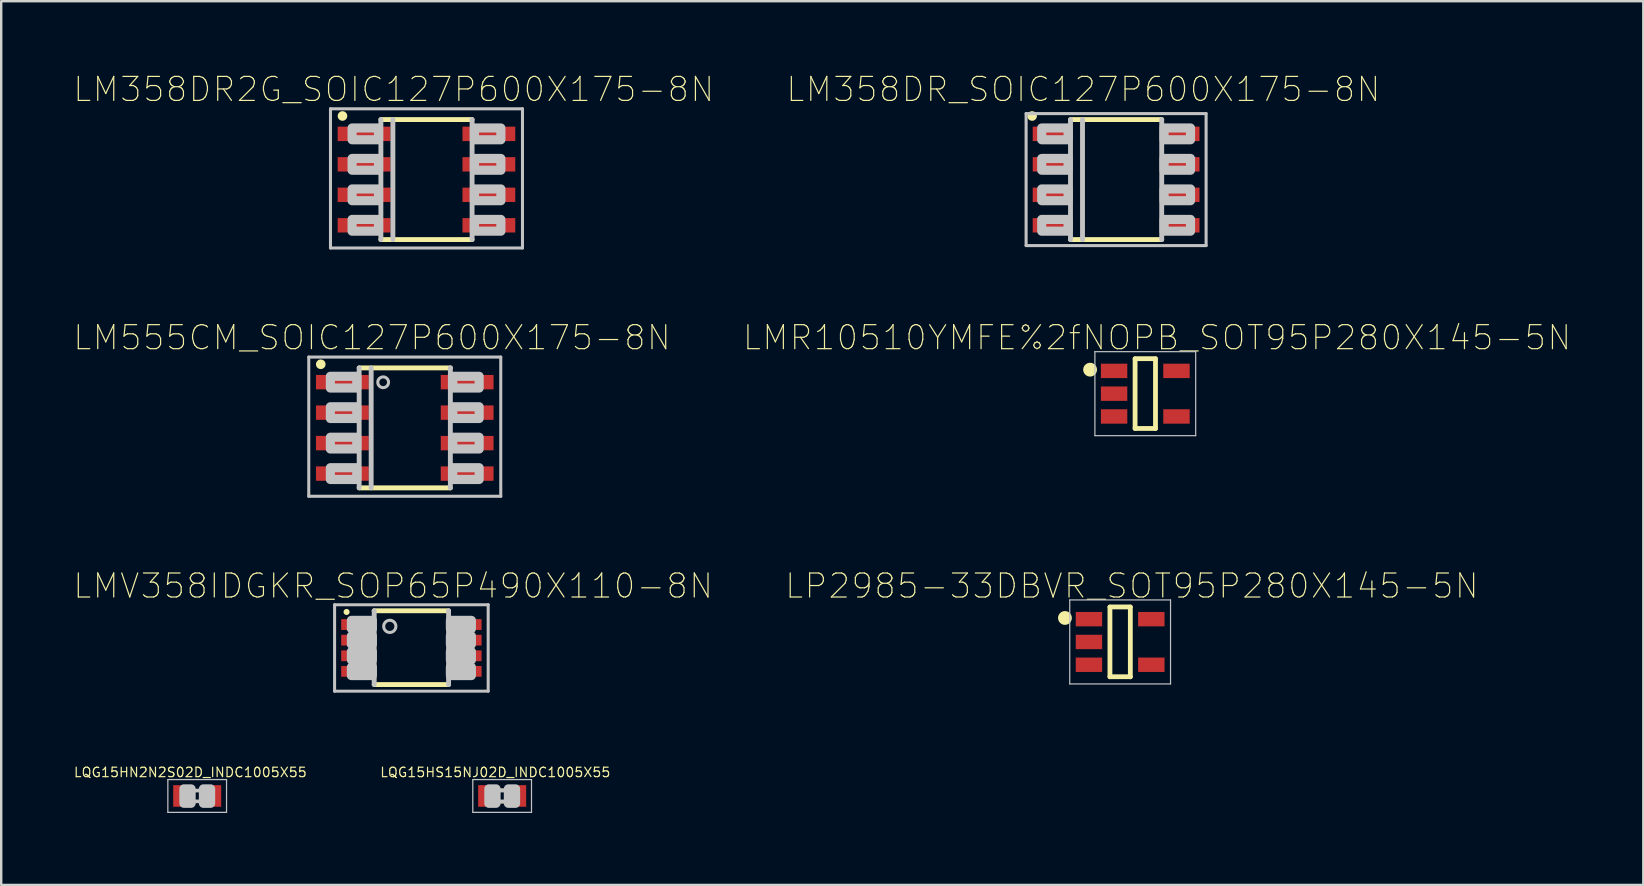
<source format=kicad_pcb>
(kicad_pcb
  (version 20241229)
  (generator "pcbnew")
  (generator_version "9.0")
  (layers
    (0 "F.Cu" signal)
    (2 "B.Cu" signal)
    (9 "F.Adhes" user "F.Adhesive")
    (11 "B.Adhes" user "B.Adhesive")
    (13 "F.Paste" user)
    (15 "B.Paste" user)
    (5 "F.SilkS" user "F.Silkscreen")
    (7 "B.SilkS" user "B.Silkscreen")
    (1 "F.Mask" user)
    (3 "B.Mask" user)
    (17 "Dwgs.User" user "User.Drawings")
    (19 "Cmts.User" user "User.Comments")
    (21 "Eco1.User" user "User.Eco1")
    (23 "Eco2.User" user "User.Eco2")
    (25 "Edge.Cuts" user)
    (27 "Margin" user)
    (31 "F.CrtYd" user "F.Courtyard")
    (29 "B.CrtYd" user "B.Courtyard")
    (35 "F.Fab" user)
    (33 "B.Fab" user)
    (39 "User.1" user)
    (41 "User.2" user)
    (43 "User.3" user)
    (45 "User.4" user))
  (footprint "LM555CM_SOIC127P600X175-8N"
    (layer "F.Cu")
    (at 13.816 14.779)
    (property "Reference" "LM555CM_SOIC127P600X175-8N" (at -1.365 -3.76 0) (layer "F.SilkS") (effects (font (size 1 1) (thickness 0.05))))
    (attr smd)
    (fp_line (start -1.9 -2.5) (end 1.9 -2.5) (stroke (width 0.203) (type solid)) (layer "F.SilkS"))
    (fp_line (start 1.9 2.5) (end -1.9 2.5) (stroke (width 0.203) (type solid)) (layer "F.SilkS"))
    (fp_circle (center -3.5 -2.65) (end -3.3 -2.65) (stroke (width 0) (type solid)) (fill yes) (layer "F.SilkS"))
    (fp_line (start -4 -2.95) (end 4 -2.95) (stroke (width 0.127) (type solid)) (layer "Dwgs.User"))
    (fp_line (start -4 2.85) (end -4 -2.95) (stroke (width 0.127) (type solid)) (layer "Dwgs.User"))
    (fp_line (start -1.9 2.5) (end -1.9 -2.5) (stroke (width 0.203) (type solid)) (layer "Dwgs.User"))
    (fp_line (start -1.4 2.5) (end -1.4 -2.5) (stroke (width 0.203) (type solid)) (layer "Dwgs.User"))
    (fp_line (start 1.9 -2.5) (end 1.9 2.5) (stroke (width 0.203) (type solid)) (layer "Dwgs.User"))
    (fp_line (start 4 -2.95) (end 4 2.85) (stroke (width 0.127) (type solid)) (layer "Dwgs.User"))
    (fp_line (start 4 2.85) (end -4 2.85) (stroke (width 0.127) (type solid)) (layer "Dwgs.User"))
    (fp_circle (center -0.9 -1.9) (end -0.676 -1.9) (stroke (width 0.127) (type solid)) (fill no) (layer "Dwgs.User"))
    (fp_poly (pts (xy -2 -2.15) (xy -2 -1.66) (xy -3.1 -1.66) (xy -3.1 -2.15)) (stroke (width 0.381) (type solid)) (fill no) (layer "Dwgs.User"))
    (fp_poly (pts (xy -2 -0.88) (xy -2 -0.39) (xy -3.1 -0.39) (xy -3.1 -0.88)) (stroke (width 0.381) (type solid)) (fill no) (layer "Dwgs.User"))
    (fp_poly (pts (xy -2 0.39) (xy -2 0.88) (xy -3.1 0.88) (xy -3.1 0.39)) (stroke (width 0.381) (type solid)) (fill no) (layer "Dwgs.User"))
    (fp_poly (pts (xy -2 1.66) (xy -2 2.15) (xy -3.1 2.15) (xy -3.1 1.66)) (stroke (width 0.381) (type solid)) (fill no) (layer "Dwgs.User"))
    (fp_poly (pts (xy 3.1 -2.15) (xy 3.1 -1.66) (xy 2 -1.66) (xy 2 -2.15)) (stroke (width 0.381) (type solid)) (fill no) (layer "Dwgs.User"))
    (fp_poly (pts (xy 3.1 -0.88) (xy 3.1 -0.39) (xy 2 -0.39) (xy 2 -0.88)) (stroke (width 0.381) (type solid)) (fill no) (layer "Dwgs.User"))
    (fp_poly (pts (xy 3.1 0.39) (xy 3.1 0.88) (xy 2 0.88) (xy 2 0.39)) (stroke (width 0.381) (type solid)) (fill no) (layer "Dwgs.User"))
    (fp_poly (pts (xy 3.1 1.66) (xy 3.1 2.15) (xy 2 2.15) (xy 2 1.66)) (stroke (width 0.381) (type solid)) (fill no) (layer "Dwgs.User"))
    (pad "1" smd rect (at -2.6 -1.905 270) (size 0.6 2.2) (layers "F.Cu" "F.Mask" "F.Paste"))
    (pad "2" smd rect (at -2.6 -0.635 270) (size 0.6 2.2) (layers "F.Cu" "F.Mask" "F.Paste"))
    (pad "3" smd rect (at -2.6 0.635 270) (size 0.6 2.2) (layers "F.Cu" "F.Mask" "F.Paste"))
    (pad "4" smd rect (at -2.6 1.905 270) (size 0.6 2.2) (layers "F.Cu" "F.Mask" "F.Paste"))
    (pad "5" smd rect (at 2.6 1.905 270) (size 0.6 2.2) (layers "F.Cu" "F.Mask" "F.Paste"))
    (pad "6" smd rect (at 2.6 0.635 270) (size 0.6 2.2) (layers "F.Cu" "F.Mask" "F.Paste"))
    (pad "7" smd rect (at 2.6 -0.635 270) (size 0.6 2.2) (layers "F.Cu" "F.Mask" "F.Paste"))
    (pad "8" smd rect (at 2.6 -1.905 270) (size 0.6 2.2) (layers "F.Cu" "F.Mask" "F.Paste")))
  (footprint "LMV358IDGKR_SOP65P490X110-8N"
    (layer "F.Cu")
    (at 14.092 23.95)
    (property "Reference" "LMV358IDGKR_SOP65P490X110-8N" (at -0.76 -2.585 0) (layer "F.SilkS") (effects (font (size 1 1) (thickness 0.05))))
    (attr smd)
    (fp_poly (pts (xy -1.425 -0.7) (xy -2.975 -0.7) (xy -2.975 -1.25) (xy -1.425 -1.25)) (stroke (width 0.381) (type solid)) (fill yes) (layer "F.Mask"))
    (fp_poly (pts (xy -1.425 -0.05) (xy -2.975 -0.05) (xy -2.975 -0.6) (xy -1.425 -0.6)) (stroke (width 0.381) (type solid)) (fill yes) (layer "F.Mask"))
    (fp_poly (pts (xy -1.425 0.6) (xy -2.975 0.6) (xy -2.975 0.05) (xy -1.425 0.05)) (stroke (width 0.381) (type solid)) (fill yes) (layer "F.Mask"))
    (fp_poly (pts (xy -1.425 1.25) (xy -2.975 1.25) (xy -2.975 0.7) (xy -1.425 0.7)) (stroke (width 0.381) (type solid)) (fill yes) (layer "F.Mask"))
    (fp_poly (pts (xy 1.425 -1.25) (xy 2.975 -1.25) (xy 2.975 -0.7) (xy 1.425 -0.7)) (stroke (width 0.381) (type solid)) (fill yes) (layer "F.Mask"))
    (fp_poly (pts (xy 1.425 -0.6) (xy 2.975 -0.6) (xy 2.975 -0.05) (xy 1.425 -0.05)) (stroke (width 0.381) (type solid)) (fill yes) (layer "F.Mask"))
    (fp_poly (pts (xy 1.425 0.05) (xy 2.975 0.05) (xy 2.975 0.6) (xy 1.425 0.6)) (stroke (width 0.381) (type solid)) (fill yes) (layer "F.Mask"))
    (fp_poly (pts (xy 1.425 0.7) (xy 2.975 0.7) (xy 2.975 1.25) (xy 1.425 1.25)) (stroke (width 0.381) (type solid)) (fill yes) (layer "F.Mask"))
    (fp_line (start -1.55 -1.55) (end 1.55 -1.55) (stroke (width 0.203) (type solid)) (layer "F.SilkS"))
    (fp_line (start 1.55 1.525) (end -1.55 1.525) (stroke (width 0.203) (type solid)) (layer "F.SilkS"))
    (fp_circle (center -2.7 -1.5) (end -2.573 -1.5) (stroke (width 0) (type solid)) (fill yes) (layer "F.SilkS"))
    (fp_line (start -3.2 -1.8) (end -3.2 1.8) (stroke (width 0.127) (type solid)) (layer "Dwgs.User"))
    (fp_line (start -3.2 1.8) (end 3.2 1.8) (stroke (width 0.127) (type solid)) (layer "Dwgs.User"))
    (fp_line (start -1.55 1.525) (end -1.55 -1.55) (stroke (width 0.203) (type solid)) (layer "Dwgs.User"))
    (fp_line (start 1.55 -1.55) (end 1.55 1.525) (stroke (width 0.203) (type solid)) (layer "Dwgs.User"))
    (fp_line (start 3.2 -1.8) (end -3.2 -1.8) (stroke (width 0.127) (type solid)) (layer "Dwgs.User"))
    (fp_line (start 3.2 1.8) (end 3.2 -1.8) (stroke (width 0.127) (type solid)) (layer "Dwgs.User"))
    (fp_circle (center -0.9 -0.9) (end -0.646 -0.9) (stroke (width 0.127) (type solid)) (fill no) (layer "Dwgs.User"))
    (fp_poly (pts (xy -1.625 -1.15) (xy -1.625 -0.8) (xy -2.5 -0.8) (xy -2.5 -1.15)) (stroke (width 0.381) (type solid)) (fill no) (layer "Dwgs.User"))
    (fp_poly (pts (xy -1.625 -0.5) (xy -1.625 -0.15) (xy -2.5 -0.15) (xy -2.5 -0.5)) (stroke (width 0.381) (type solid)) (fill no) (layer "Dwgs.User"))
    (fp_poly (pts (xy -1.625 0.15) (xy -1.625 0.5) (xy -2.5 0.5) (xy -2.5 0.15)) (stroke (width 0.381) (type solid)) (fill no) (layer "Dwgs.User"))
    (fp_poly (pts (xy -1.625 0.8) (xy -1.625 1.15) (xy -2.5 1.15) (xy -2.5 0.8)) (stroke (width 0.381) (type solid)) (fill no) (layer "Dwgs.User"))
    (fp_poly (pts (xy 1.625 -0.8) (xy 1.625 -1.15) (xy 2.5 -1.15) (xy 2.5 -0.8)) (stroke (width 0.381) (type solid)) (fill no) (layer "Dwgs.User"))
    (fp_poly (pts (xy 1.625 -0.15) (xy 1.625 -0.5) (xy 2.5 -0.5) (xy 2.5 -0.15)) (stroke (width 0.381) (type solid)) (fill no) (layer "Dwgs.User"))
    (fp_poly (pts (xy 1.625 0.5) (xy 1.625 0.15) (xy 2.5 0.15) (xy 2.5 0.5)) (stroke (width 0.381) (type solid)) (fill no) (layer "Dwgs.User"))
    (fp_poly (pts (xy 1.625 1.15) (xy 1.625 0.8) (xy 2.5 0.8) (xy 2.5 1.15)) (stroke (width 0.381) (type solid)) (fill no) (layer "Dwgs.User"))
    (pad "1" smd rect (at -2.2 -0.975) (size 1.45 0.45) (layers "F.Cu" "F.Mask" "F.Paste"))
    (pad "2" smd rect (at -2.2 -0.325) (size 1.45 0.45) (layers "F.Cu" "F.Mask" "F.Paste"))
    (pad "3" smd rect (at -2.2 0.325) (size 1.45 0.45) (layers "F.Cu" "F.Mask" "F.Paste"))
    (pad "4" smd rect (at -2.2 0.975) (size 1.45 0.45) (layers "F.Cu" "F.Mask" "F.Paste"))
    (pad "5" smd rect (at 2.2 0.975 180) (size 1.45 0.45) (layers "F.Cu" "F.Mask" "F.Paste"))
    (pad "6" smd rect (at 2.2 0.325 180) (size 1.45 0.45) (layers "F.Cu" "F.Mask" "F.Paste"))
    (pad "7" smd rect (at 2.2 -0.325 180) (size 1.45 0.45) (layers "F.Cu" "F.Mask" "F.Paste"))
    (pad "8" smd rect (at 2.2 -0.975 180) (size 1.45 0.45) (layers "F.Cu" "F.Mask" "F.Paste")))
  (footprint "LMR10510YMFE%2fNOPB_SOT95P280X145-5N"
    (layer "F.Cu")
    (at 44.673 13.354)
    (property "Reference" "LMR10510YMFE%2fNOPB_SOT95P280X145-5N" (at 0.49 -2.335 0) (layer "F.SilkS") (effects (font (size 1 1) (thickness 0.05))))
    (attr smd)
    (fp_line (start -0.425 -1.46) (end 0.425 -1.46) (stroke (width 0.2) (type solid)) (layer "F.SilkS"))
    (fp_line (start -0.425 1.45) (end -0.425 -1.45) (stroke (width 0.2) (type solid)) (layer "F.SilkS"))
    (fp_line (start 0.425 -1.45) (end 0.425 1.45) (stroke (width 0.2) (type solid)) (layer "F.SilkS"))
    (fp_line (start 0.425 1.45) (end -0.425 1.45) (stroke (width 0.2) (type solid)) (layer "F.SilkS"))
    (fp_circle (center -2.4 -1) (end -2.3 -1) (stroke (width 0.127) (type solid)) (fill no) (layer "F.SilkS"))
    (fp_circle (center -2.3 -1) (end -2.2 -1) (stroke (width 0.127) (type solid)) (fill no) (layer "F.SilkS"))
    (fp_circle (center -2.3 -1) (end -2.159 -1) (stroke (width 0.127) (type solid)) (fill no) (layer "F.SilkS"))
    (fp_circle (center -2.3 -1) (end -2.076 -1) (stroke (width 0.127) (type solid)) (fill no) (layer "F.SilkS"))
    (fp_line (start -2.1 -1.75) (end 2.1 -1.75) (stroke (width 0.05) (type solid)) (layer "Dwgs.User"))
    (fp_line (start -2.1 1.75) (end -2.1 -1.75) (stroke (width 0.05) (type solid)) (layer "Dwgs.User"))
    (fp_line (start 2.1 -1.75) (end 2.1 1.75) (stroke (width 0.05) (type solid)) (layer "Dwgs.User"))
    (fp_line (start 2.1 1.75) (end -2.1 1.75) (stroke (width 0.05) (type solid)) (layer "Dwgs.User"))
    (pad "1" smd rect (at -1.3 -0.95) (size 1.1 0.6) (layers "F.Cu" "F.Mask" "F.Paste"))
    (pad "2" smd rect (at -1.3 0) (size 1.1 0.6) (layers "F.Cu" "F.Mask" "F.Paste"))
    (pad "3" smd rect (at -1.3 0.95) (size 1.1 0.6) (layers "F.Cu" "F.Mask" "F.Paste"))
    (pad "4" smd rect (at 1.3 0.95 180) (size 1.1 0.6) (layers "F.Cu" "F.Mask" "F.Paste"))
    (pad "5" smd rect (at 1.3 -0.95 180) (size 1.1 0.6) (layers "F.Cu" "F.Mask" "F.Paste")))
  (footprint "LM358DR2G_SOIC127P600X175-8N"
    (layer "F.Cu")
    (at 14.721 4.433)
    (property "Reference" "LM358DR2G_SOIC127P600X175-8N" (at -1.365 -3.76 0) (layer "F.SilkS") (effects (font (size 1 1) (thickness 0.05))))
    (attr smd)
    (fp_line (start -1.9 -2.5) (end 1.9 -2.5) (stroke (width 0.203) (type solid)) (layer "F.SilkS"))
    (fp_line (start 1.9 2.5) (end -1.9 2.5) (stroke (width 0.203) (type solid)) (layer "F.SilkS"))
    (fp_circle (center -3.5 -2.65) (end -3.3 -2.65) (stroke (width 0) (type solid)) (fill yes) (layer "F.SilkS"))
    (fp_line (start -4 -2.95) (end 4 -2.95) (stroke (width 0.127) (type solid)) (layer "Dwgs.User"))
    (fp_line (start -4 2.85) (end -4 -2.95) (stroke (width 0.127) (type solid)) (layer "Dwgs.User"))
    (fp_line (start -1.9 2.5) (end -1.9 -2.5) (stroke (width 0.203) (type solid)) (layer "Dwgs.User"))
    (fp_line (start -1.4 2.5) (end -1.4 -2.5) (stroke (width 0.203) (type solid)) (layer "Dwgs.User"))
    (fp_line (start 1.9 -2.5) (end 1.9 2.5) (stroke (width 0.203) (type solid)) (layer "Dwgs.User"))
    (fp_line (start 4 -2.95) (end 4 2.85) (stroke (width 0.127) (type solid)) (layer "Dwgs.User"))
    (fp_line (start 4 2.85) (end -4 2.85) (stroke (width 0.127) (type solid)) (layer "Dwgs.User"))
    (fp_poly (pts (xy -2 -2.15) (xy -2 -1.66) (xy -3.1 -1.66) (xy -3.1 -2.15)) (stroke (width 0.381) (type solid)) (fill no) (layer "Dwgs.User"))
    (fp_poly (pts (xy -2 -0.88) (xy -2 -0.39) (xy -3.1 -0.39) (xy -3.1 -0.88)) (stroke (width 0.381) (type solid)) (fill no) (layer "Dwgs.User"))
    (fp_poly (pts (xy -2 0.39) (xy -2 0.88) (xy -3.1 0.88) (xy -3.1 0.39)) (stroke (width 0.381) (type solid)) (fill no) (layer "Dwgs.User"))
    (fp_poly (pts (xy -2 1.66) (xy -2 2.15) (xy -3.1 2.15) (xy -3.1 1.66)) (stroke (width 0.381) (type solid)) (fill no) (layer "Dwgs.User"))
    (fp_poly (pts (xy 3.1 -2.15) (xy 3.1 -1.66) (xy 2 -1.66) (xy 2 -2.15)) (stroke (width 0.381) (type solid)) (fill no) (layer "Dwgs.User"))
    (fp_poly (pts (xy 3.1 -0.88) (xy 3.1 -0.39) (xy 2 -0.39) (xy 2 -0.88)) (stroke (width 0.381) (type solid)) (fill no) (layer "Dwgs.User"))
    (fp_poly (pts (xy 3.1 0.39) (xy 3.1 0.88) (xy 2 0.88) (xy 2 0.39)) (stroke (width 0.381) (type solid)) (fill no) (layer "Dwgs.User"))
    (fp_poly (pts (xy 3.1 1.66) (xy 3.1 2.15) (xy 2 2.15) (xy 2 1.66)) (stroke (width 0.381) (type solid)) (fill no) (layer "Dwgs.User"))
    (pad "1" smd rect (at -2.6 -1.905 270) (size 0.6 2.2) (layers "F.Cu" "F.Mask" "F.Paste"))
    (pad "2" smd rect (at -2.6 -0.635 270) (size 0.6 2.2) (layers "F.Cu" "F.Mask" "F.Paste"))
    (pad "3" smd rect (at -2.6 0.635 270) (size 0.6 2.2) (layers "F.Cu" "F.Mask" "F.Paste"))
    (pad "4" smd rect (at -2.6 1.905 270) (size 0.6 2.2) (layers "F.Cu" "F.Mask" "F.Paste"))
    (pad "5" smd rect (at 2.6 1.905 270) (size 0.6 2.2) (layers "F.Cu" "F.Mask" "F.Paste"))
    (pad "6" smd rect (at 2.6 0.635 270) (size 0.6 2.2) (layers "F.Cu" "F.Mask" "F.Paste"))
    (pad "7" smd rect (at 2.6 -0.635 270) (size 0.6 2.2) (layers "F.Cu" "F.Mask" "F.Paste"))
    (pad "8" smd rect (at 2.6 -1.905 270) (size 0.6 2.2) (layers "F.Cu" "F.Mask" "F.Paste")))
  (footprint "LM358DR_SOIC127P600X175-8N"
    (layer "F.Cu")
    (at 43.457 4.433)
    (property "Reference" "LM358DR_SOIC127P600X175-8N" (at -1.365 -3.76 0) (layer "F.SilkS") (effects (font (size 1 1) (thickness 0.05))))
    (attr smd)
    (fp_line (start -1.9 -2.5) (end 1.9 -2.5) (stroke (width 0.203) (type solid)) (layer "F.SilkS"))
    (fp_line (start 1.9 2.5) (end -1.9 2.5) (stroke (width 0.203) (type solid)) (layer "F.SilkS"))
    (fp_circle (center -3.5 -2.65) (end -3.3 -2.65) (stroke (width 0) (type solid)) (fill yes) (layer "F.SilkS"))
    (fp_line (start -3.75 -2.75) (end 3.75 -2.75) (stroke (width 0.127) (type solid)) (layer "Dwgs.User"))
    (fp_line (start -3.75 2.75) (end -3.75 -2.75) (stroke (width 0.127) (type solid)) (layer "Dwgs.User"))
    (fp_line (start -1.9 2.5) (end -1.9 -2.5) (stroke (width 0.203) (type solid)) (layer "Dwgs.User"))
    (fp_line (start -1.4 2.5) (end -1.4 -2.5) (stroke (width 0.203) (type solid)) (layer "Dwgs.User"))
    (fp_line (start 1.9 -2.5) (end 1.9 2.5) (stroke (width 0.203) (type solid)) (layer "Dwgs.User"))
    (fp_line (start 3.75 -2.75) (end 3.75 2.75) (stroke (width 0.127) (type solid)) (layer "Dwgs.User"))
    (fp_line (start 3.75 2.75) (end -3.75 2.75) (stroke (width 0.127) (type solid)) (layer "Dwgs.User"))
    (fp_poly (pts (xy -2 -2.15) (xy -2 -1.66) (xy -3.1 -1.66) (xy -3.1 -2.15)) (stroke (width 0.381) (type solid)) (fill no) (layer "Dwgs.User"))
    (fp_poly (pts (xy -2 -0.88) (xy -2 -0.39) (xy -3.1 -0.39) (xy -3.1 -0.88)) (stroke (width 0.381) (type solid)) (fill no) (layer "Dwgs.User"))
    (fp_poly (pts (xy -2 0.39) (xy -2 0.88) (xy -3.1 0.88) (xy -3.1 0.39)) (stroke (width 0.381) (type solid)) (fill no) (layer "Dwgs.User"))
    (fp_poly (pts (xy -2 1.66) (xy -2 2.15) (xy -3.1 2.15) (xy -3.1 1.66)) (stroke (width 0.381) (type solid)) (fill no) (layer "Dwgs.User"))
    (fp_poly (pts (xy 3.1 -2.15) (xy 3.1 -1.66) (xy 2 -1.66) (xy 2 -2.15)) (stroke (width 0.381) (type solid)) (fill no) (layer "Dwgs.User"))
    (fp_poly (pts (xy 3.1 -0.88) (xy 3.1 -0.39) (xy 2 -0.39) (xy 2 -0.88)) (stroke (width 0.381) (type solid)) (fill no) (layer "Dwgs.User"))
    (fp_poly (pts (xy 3.1 0.39) (xy 3.1 0.88) (xy 2 0.88) (xy 2 0.39)) (stroke (width 0.381) (type solid)) (fill no) (layer "Dwgs.User"))
    (fp_poly (pts (xy 3.1 1.66) (xy 3.1 2.15) (xy 2 2.15) (xy 2 1.66)) (stroke (width 0.381) (type solid)) (fill no) (layer "Dwgs.User"))
    (pad "1" smd rect (at -2.7 -1.905) (size 1.55 0.6) (layers "F.Cu" "F.Mask" "F.Paste"))
    (pad "2" smd rect (at -2.7 -0.635) (size 1.55 0.6) (layers "F.Cu" "F.Mask" "F.Paste"))
    (pad "3" smd rect (at -2.7 0.635) (size 1.55 0.6) (layers "F.Cu" "F.Mask" "F.Paste"))
    (pad "4" smd rect (at -2.7 1.905) (size 1.55 0.6) (layers "F.Cu" "F.Mask" "F.Paste"))
    (pad "5" smd rect (at 2.7 1.905) (size 1.55 0.6) (layers "F.Cu" "F.Mask" "F.Paste"))
    (pad "6" smd rect (at 2.7 0.635) (size 1.55 0.6) (layers "F.Cu" "F.Mask" "F.Paste"))
    (pad "7" smd rect (at 2.7 -0.635) (size 1.55 0.6) (layers "F.Cu" "F.Mask" "F.Paste"))
    (pad "8" smd rect (at 2.7 -1.905) (size 1.55 0.6) (layers "F.Cu" "F.Mask" "F.Paste")))
  (footprint "LP2985-33DBVR_SOT95P280X145-5N"
    (layer "F.Cu")
    (at 43.625 23.7)
    (property "Reference" "LP2985-33DBVR_SOT95P280X145-5N" (at 0.49 -2.335 0) (layer "F.SilkS") (effects (font (size 1 1) (thickness 0.05))))
    (attr smd)
    (fp_line (start -0.425 -1.46) (end 0.425 -1.46) (stroke (width 0.2) (type solid)) (layer "F.SilkS"))
    (fp_line (start -0.425 1.45) (end -0.425 -1.45) (stroke (width 0.2) (type solid)) (layer "F.SilkS"))
    (fp_line (start 0.425 -1.45) (end 0.425 1.45) (stroke (width 0.2) (type solid)) (layer "F.SilkS"))
    (fp_line (start 0.425 1.45) (end -0.425 1.45) (stroke (width 0.2) (type solid)) (layer "F.SilkS"))
    (fp_circle (center -2.4 -1) (end -2.3 -1) (stroke (width 0.127) (type solid)) (fill no) (layer "F.SilkS"))
    (fp_circle (center -2.3 -1) (end -2.2 -1) (stroke (width 0.127) (type solid)) (fill no) (layer "F.SilkS"))
    (fp_circle (center -2.3 -1) (end -2.159 -1) (stroke (width 0.127) (type solid)) (fill no) (layer "F.SilkS"))
    (fp_circle (center -2.3 -1) (end -2.076 -1) (stroke (width 0.127) (type solid)) (fill no) (layer "F.SilkS"))
    (fp_line (start -2.1 -1.75) (end 2.1 -1.75) (stroke (width 0.05) (type solid)) (layer "Dwgs.User"))
    (fp_line (start -2.1 1.75) (end -2.1 -1.75) (stroke (width 0.05) (type solid)) (layer "Dwgs.User"))
    (fp_line (start 2.1 -1.75) (end 2.1 1.75) (stroke (width 0.05) (type solid)) (layer "Dwgs.User"))
    (fp_line (start 2.1 1.75) (end -2.1 1.75) (stroke (width 0.05) (type solid)) (layer "Dwgs.User"))
    (pad "1" smd rect (at -1.3 -0.95) (size 1.1 0.6) (layers "F.Cu" "F.Mask" "F.Paste"))
    (pad "2" smd rect (at -1.3 0) (size 1.1 0.6) (layers "F.Cu" "F.Mask" "F.Paste"))
    (pad "3" smd rect (at -1.3 0.95) (size 1.1 0.6) (layers "F.Cu" "F.Mask" "F.Paste"))
    (pad "4" smd rect (at 1.3 0.95 180) (size 1.1 0.6) (layers "F.Cu" "F.Mask" "F.Paste"))
    (pad "5" smd rect (at 1.3 -0.95 180) (size 1.1 0.6) (layers "F.Cu" "F.Mask" "F.Paste")))
  (footprint "LQG15HN2N2S02D_INDC1005X55"
    (layer "F.Cu")
    (at 5.167 30.117)
    (property "Reference" "LQG15HN2N2S02D_INDC1005X55" (at -0.285 -0.985 0) (layer "F.SilkS") (effects (font (size 0.394 0.394) (thickness 0.05))))
    (attr smd)
    (fp_line (start -1.223 -0.683) (end 1.223 -0.683) (stroke (width 0.051) (type solid)) (layer "Dwgs.User"))
    (fp_line (start -1.223 0.683) (end -1.223 -0.683) (stroke (width 0.051) (type solid)) (layer "Dwgs.User"))
    (fp_line (start -0.245 -0.224) (end 0.245 -0.224) (stroke (width 0.152) (type solid)) (layer "Dwgs.User"))
    (fp_line (start 0.245 0.224) (end -0.245 0.224) (stroke (width 0.152) (type solid)) (layer "Dwgs.User"))
    (fp_line (start 1.223 -0.683) (end 1.223 0.683) (stroke (width 0.051) (type solid)) (layer "Dwgs.User"))
    (fp_line (start 1.223 0.683) (end -1.223 0.683) (stroke (width 0.051) (type solid)) (layer "Dwgs.User"))
    (fp_poly (pts (xy -0.554 -0.295) (xy -0.254 -0.295) (xy -0.254 0.305) (xy -0.554 0.305)) (stroke (width 0.381) (type solid)) (fill no) (layer "Dwgs.User"))
    (fp_poly (pts (xy 0.259 -0.295) (xy 0.559 -0.295) (xy 0.559 0.305) (xy 0.259 0.305)) (stroke (width 0.381) (type solid)) (fill no) (layer "Dwgs.User"))
    (pad "1" smd rect (at -0.65 0) (size 0.7 0.9) (layers "F.Cu" "F.Mask" "F.Paste"))
    (pad "2" smd rect (at 0.65 0) (size 0.7 0.9) (layers "F.Cu" "F.Mask" "F.Paste")))
  (footprint "LQG15HS15NJ02D_INDC1005X55"
    (layer "F.Cu")
    (at 17.874 30.117)
    (property "Reference" "LQG15HS15NJ02D_INDC1005X55" (at -0.285 -0.985 0) (layer "F.SilkS") (effects (font (size 0.394 0.394) (thickness 0.05))))
    (attr smd)
    (fp_line (start -0.15 -0.25) (end 0.15 -0.25) (stroke (width 0.127) (type solid)) (layer "F.SilkS"))
    (fp_line (start -0.15 0.25) (end 0.15 0.25) (stroke (width 0.127) (type solid)) (layer "F.SilkS"))
    (fp_line (start -1.223 -0.683) (end 1.223 -0.683) (stroke (width 0.051) (type solid)) (layer "Dwgs.User"))
    (fp_line (start -1.223 0.683) (end -1.223 -0.683) (stroke (width 0.051) (type solid)) (layer "Dwgs.User"))
    (fp_line (start -0.245 -0.224) (end 0.245 -0.224) (stroke (width 0.152) (type solid)) (layer "Dwgs.User"))
    (fp_line (start 0.245 0.224) (end -0.245 0.224) (stroke (width 0.152) (type solid)) (layer "Dwgs.User"))
    (fp_line (start 1.223 -0.683) (end 1.223 0.683) (stroke (width 0.051) (type solid)) (layer "Dwgs.User"))
    (fp_line (start 1.223 0.683) (end -1.223 0.683) (stroke (width 0.051) (type solid)) (layer "Dwgs.User"))
    (fp_poly (pts (xy -0.554 -0.295) (xy -0.254 -0.295) (xy -0.254 0.305) (xy -0.554 0.305)) (stroke (width 0.381) (type solid)) (fill no) (layer "Dwgs.User"))
    (fp_poly (pts (xy 0.259 -0.295) (xy 0.559 -0.295) (xy 0.559 0.305) (xy 0.259 0.305)) (stroke (width 0.381) (type solid)) (fill no) (layer "Dwgs.User"))
    (pad "1" smd rect (at -0.65 0) (size 0.7 0.9) (layers "F.Cu" "F.Mask" "F.Paste"))
    (pad "2" smd rect (at 0.65 0) (size 0.7 0.9) (layers "F.Cu" "F.Mask" "F.Paste")))
  (gr_rect
    (start -3 -3)
    (end 65.424 33.825)
    (stroke (width 0.1) (type default))
    (fill no)
    (layer "Edge.Cuts")))
</source>
